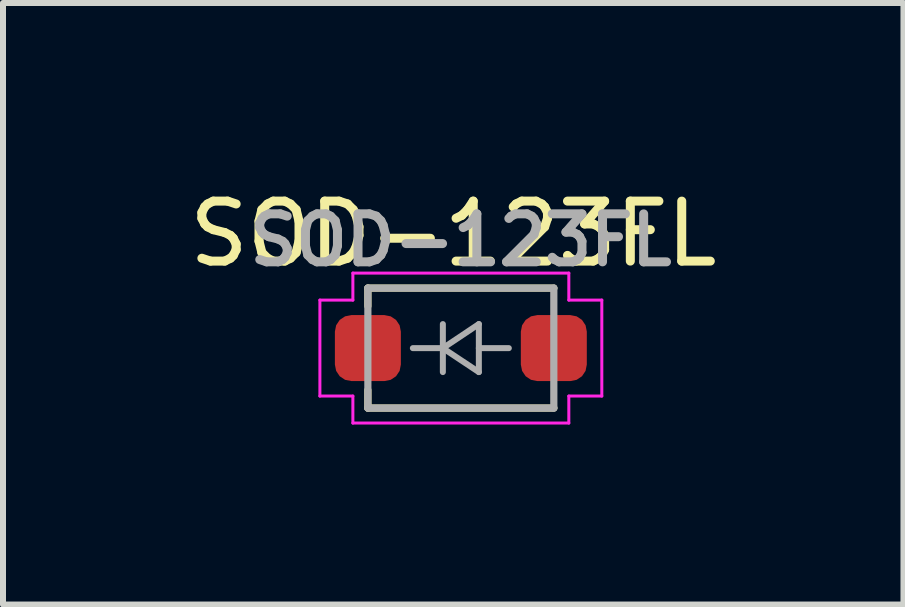
<source format=kicad_pcb>
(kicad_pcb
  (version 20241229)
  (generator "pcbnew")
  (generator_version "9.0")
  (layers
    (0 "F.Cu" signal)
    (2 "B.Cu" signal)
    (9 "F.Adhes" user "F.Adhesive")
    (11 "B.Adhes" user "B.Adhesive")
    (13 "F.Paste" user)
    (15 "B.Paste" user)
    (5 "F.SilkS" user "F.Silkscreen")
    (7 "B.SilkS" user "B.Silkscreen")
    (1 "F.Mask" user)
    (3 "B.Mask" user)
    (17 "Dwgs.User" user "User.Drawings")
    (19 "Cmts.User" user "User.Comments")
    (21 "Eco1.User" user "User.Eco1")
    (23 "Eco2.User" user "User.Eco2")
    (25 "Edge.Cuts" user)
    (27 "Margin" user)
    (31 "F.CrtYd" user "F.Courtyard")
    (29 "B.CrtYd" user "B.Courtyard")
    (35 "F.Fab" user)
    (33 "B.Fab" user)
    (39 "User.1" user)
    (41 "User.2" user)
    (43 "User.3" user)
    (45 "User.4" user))
  (footprint "SOD-123FL"
    (layer "F.Cu")
    (at 4.633 2.753)
    (property "Reference" "SOD-123FL" (at -0.127 -1.905 0) (unlocked yes) (layer "F.SilkS") (effects (font (size 1 1) (thickness 0.15))))
    (attr smd)
    (fp_line (start -1.55 -1) (end -1.55 -0.7) (stroke (width 0.12) (type solid)) (layer "F.SilkS"))
    (fp_line (start -1.55 -1) (end 1.55 -1) (stroke (width 0.12) (type solid)) (layer "F.SilkS"))
    (fp_line (start -1.55 0.7) (end -1.55 1) (stroke (width 0.12) (type solid)) (layer "F.SilkS"))
    (fp_line (start 1.55 1) (end -1.55 1) (stroke (width 0.12) (type solid)) (layer "F.SilkS"))
    (fp_line (start -2.35 -0.8) (end -1.8 -0.8) (stroke (width 0.05) (type solid)) (layer "F.CrtYd"))
    (fp_line (start -2.35 0.8) (end -2.35 -0.8) (stroke (width 0.05) (type solid)) (layer "F.CrtYd"))
    (fp_line (start -1.8 -1.25) (end 1.8 -1.25) (stroke (width 0.05) (type solid)) (layer "F.CrtYd"))
    (fp_line (start -1.8 -0.8) (end -1.8 -1.25) (stroke (width 0.05) (type solid)) (layer "F.CrtYd"))
    (fp_line (start -1.8 0.8) (end -2.35 0.8) (stroke (width 0.05) (type solid)) (layer "F.CrtYd"))
    (fp_line (start -1.8 1.25) (end -1.8 0.8) (stroke (width 0.05) (type solid)) (layer "F.CrtYd"))
    (fp_line (start 1.8 -1.25) (end 1.8 -0.8) (stroke (width 0.05) (type solid)) (layer "F.CrtYd"))
    (fp_line (start 1.8 -0.8) (end 2.35 -0.8) (stroke (width 0.05) (type solid)) (layer "F.CrtYd"))
    (fp_line (start 1.8 0.8) (end 1.8 1.25) (stroke (width 0.05) (type solid)) (layer "F.CrtYd"))
    (fp_line (start 1.8 1.25) (end -1.8 1.25) (stroke (width 0.05) (type solid)) (layer "F.CrtYd"))
    (fp_line (start 2.35 -0.8) (end 2.35 0.8) (stroke (width 0.05) (type solid)) (layer "F.CrtYd"))
    (fp_line (start 2.35 0.8) (end 1.8 0.8) (stroke (width 0.05) (type solid)) (layer "F.CrtYd"))
    (fp_line (start -1.55 -1) (end 1.55 -1) (stroke (width 0.12) (type solid)) (layer "F.Fab"))
    (fp_line (start -1.55 1) (end -1.55 -1) (stroke (width 0.12) (type solid)) (layer "F.Fab"))
    (fp_line (start -0.8 0.001) (end -0.3 0.001) (stroke (width 0.1) (type solid)) (layer "F.Fab"))
    (fp_line (start -0.3 -0.4) (end -0.3 0.4) (stroke (width 0.1) (type solid)) (layer "F.Fab"))
    (fp_line (start -0.3 0.001) (end 0.3 -0.4) (stroke (width 0.1) (type solid)) (layer "F.Fab"))
    (fp_line (start -0.3 0.001) (end 0.3 0.4) (stroke (width 0.1) (type solid)) (layer "F.Fab"))
    (fp_line (start 0.3 0.001) (end 0.8 0.001) (stroke (width 0.1) (type solid)) (layer "F.Fab"))
    (fp_line (start 0.3 0.4) (end 0.3 -0.4) (stroke (width 0.1) (type solid)) (layer "F.Fab"))
    (fp_line (start 1.55 -1) (end 1.55 1) (stroke (width 0.12) (type solid)) (layer "F.Fab"))
    (fp_line (start 1.55 1) (end -1.55 1) (stroke (width 0.12) (type solid)) (layer "F.Fab"))
    (fp_text user "${REFERENCE}" (at 0 -1.8 0) (layer "F.Fab") (effects (font (size 0.8 0.8) (thickness 0.15))))
    (pad "1" smd roundrect (at -1.55 0) (size 1.1 1.1) (layers "F.Cu" "F.Mask" "F.Paste") (roundrect_rratio 0.25))
    (pad "2" smd roundrect (at 1.55 0) (size 1.1 1.1) (layers "F.Cu" "F.Mask" "F.Paste") (roundrect_rratio 0.25)))
  (gr_rect
    (start -3 -3)
    (end 12.012 7.028)
    (stroke (width 0.1) (type default))
    (fill no)
    (layer "Edge.Cuts")))
</source>
